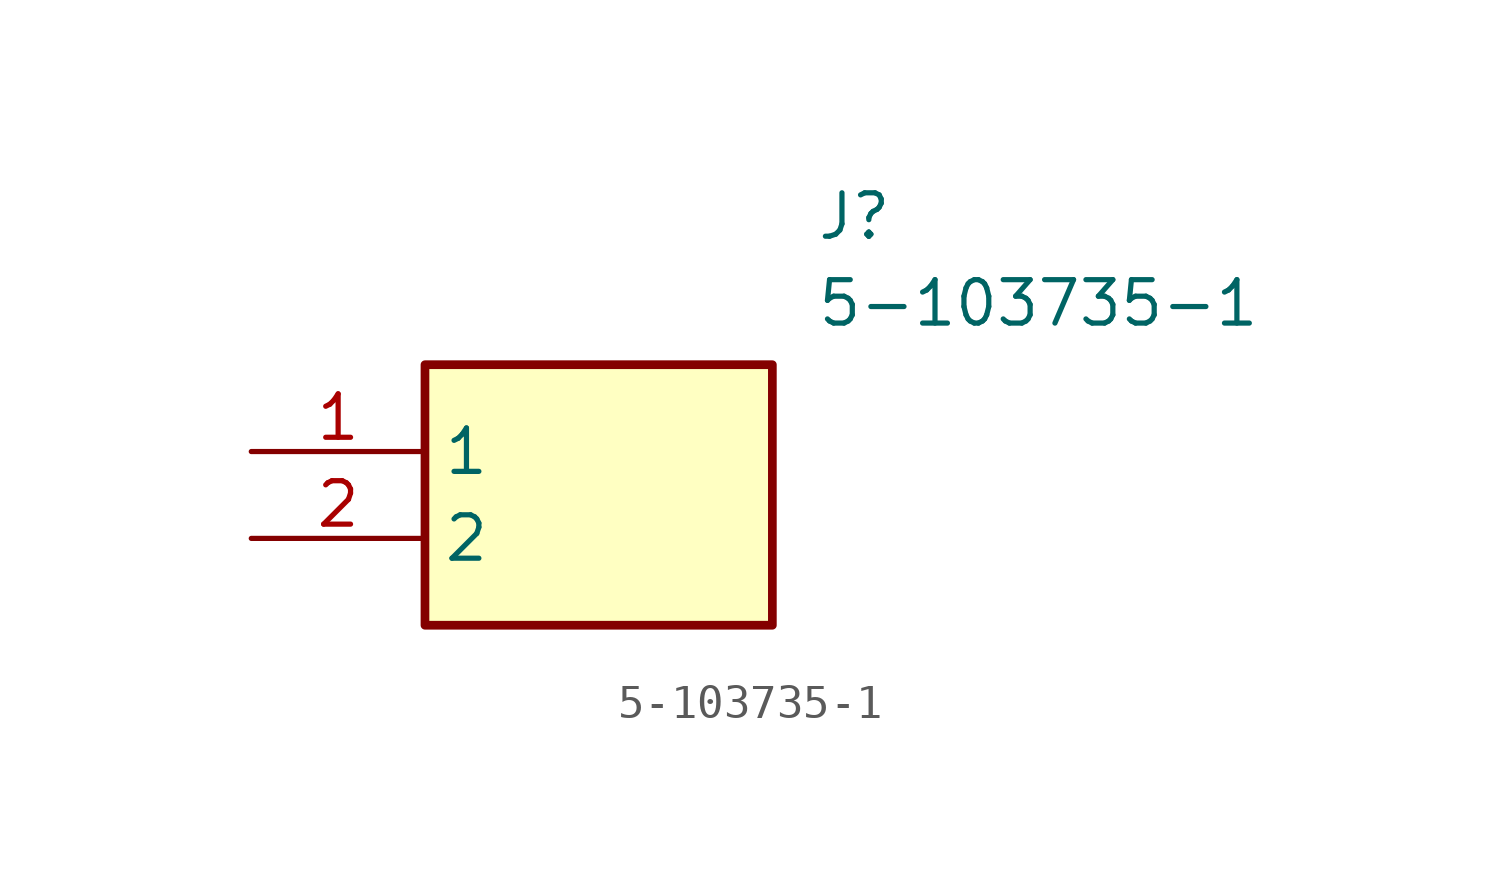
<source format=kicad_sym>
(kicad_symbol_lib
  (version 20211014)
  (generator SamacSys_ECAD_Model)
  (symbol "5-103735-1"
    (property "Reference" "J"
      (at 16.51 7.62 0)
      (effects (font (size 1.27 1.27)) (justify left top)))
    (property "Value" "5-103735-1"
      (at 16.51 5.08 0)
      (effects (font (size 1.27 1.27)) (justify left top)))
    (rectangle
      (start 5.08 2.54)
      (end 15.24 -5.08)
      (stroke (width 0.254) (type default))
      (fill (type background)))
    (pin passive line
      (at 0 0 0)
      (length 5.08)
      (name "1" (effects (font (size 1.27 1.27))))
      (number "1" (effects (font (size 1.27 1.27)))))
    (pin passive line
      (at 0 -2.54 0)
      (length 5.08)
      (name "2" (effects (font (size 1.27 1.27))))
      (number "2" (effects (font (size 1.27 1.27)))))))
</source>
